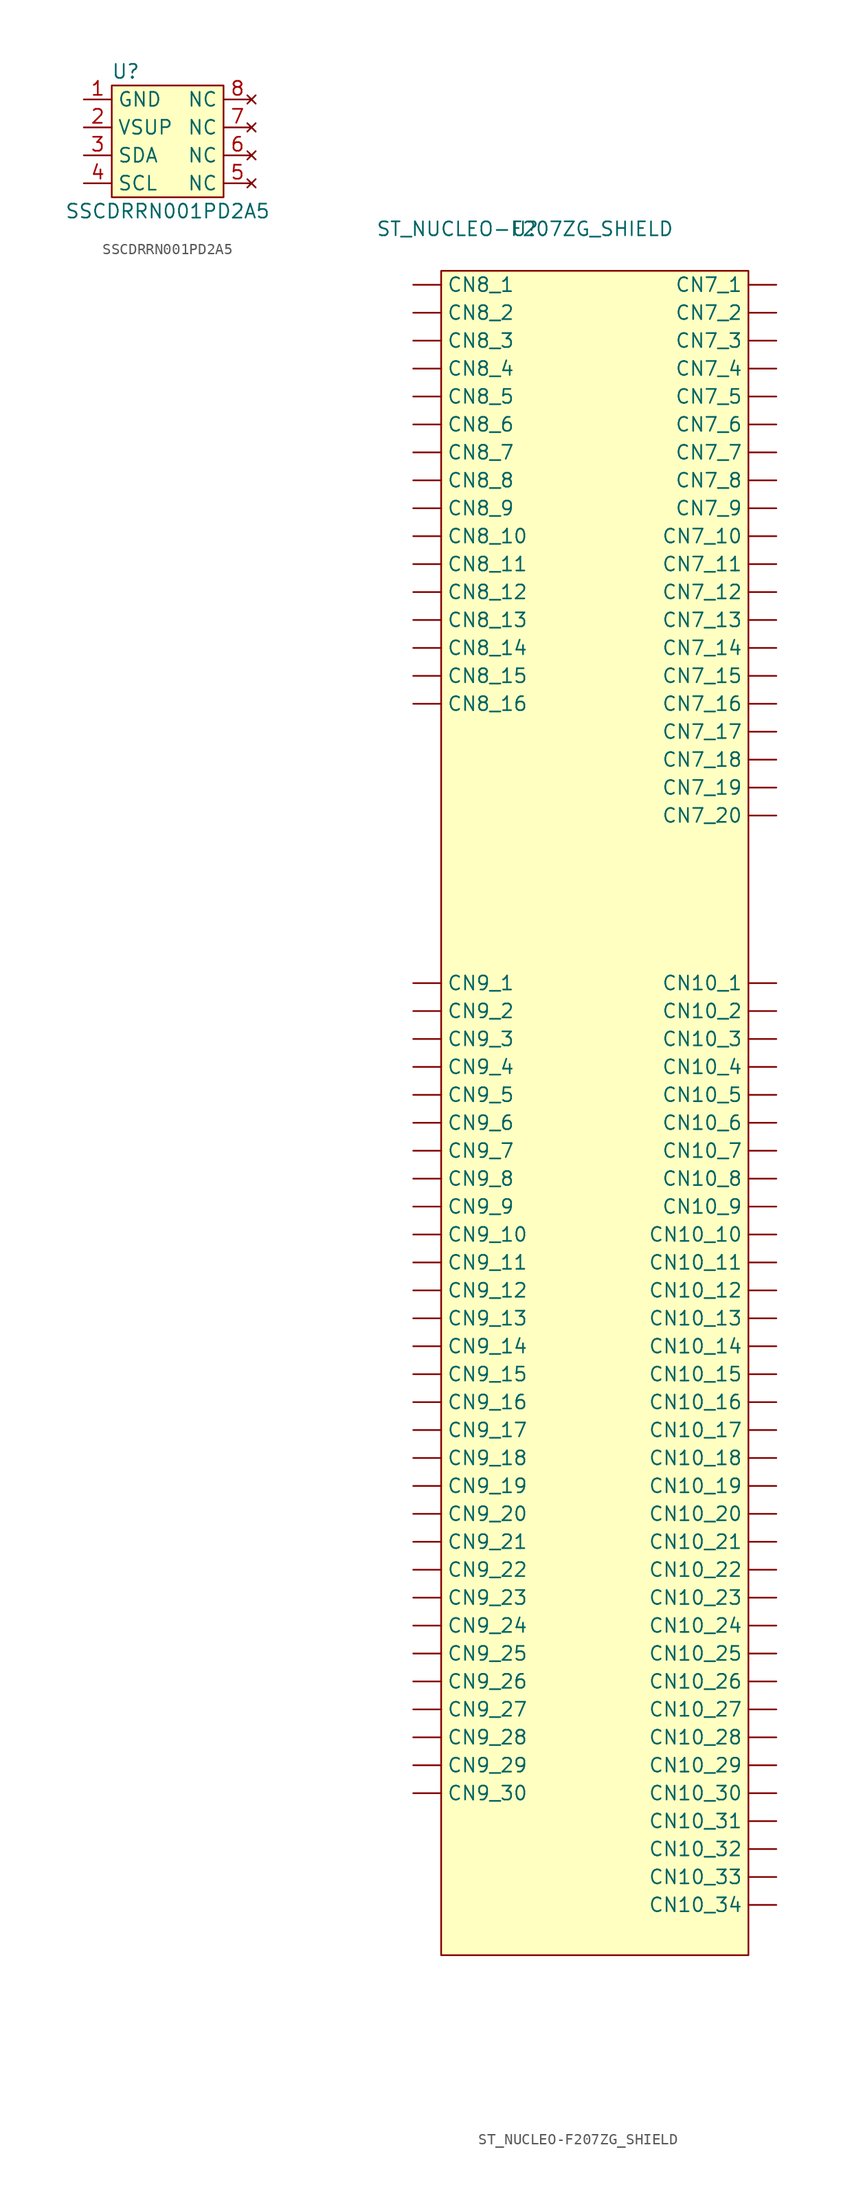
<source format=kicad_sym>
(kicad_symbol_lib
  (version 20231120)
  (generator "kicad_symbol_editor")
  (generator_version "8.0")
  (symbol "SSCDRRN001PD2A5"
    (property "Reference" "U"
      (at -3.81 6.35 0)
      (effects (font (size 1.27 1.27))))
    (property "Value" "SSCDRRN001PD2A5"
      (at 0 -6.35 0)
      (effects (font (size 1.27 1.27))))
    (symbol "SSCDRRN001PD2A5_0_0"
      (pin power_in line (at -7.62 3.81 0) (length 2.54) (name "GND" (effects (font (size 1.27 1.27)))) (number "1" (effects (font (size 1.27 1.27)))))
      (pin power_in line (at -7.62 1.27 0) (length 2.54) (name "VSUP" (effects (font (size 1.27 1.27)))) (number "2" (effects (font (size 1.27 1.27)))))
      (pin bidirectional line (at -7.62 -1.27 0) (length 2.54) (name "SDA" (effects (font (size 1.27 1.27)))) (number "3" (effects (font (size 1.27 1.27)))))
      (pin input line (at -7.62 -3.81 0) (length 2.54) (name "SCL" (effects (font (size 1.27 1.27)))) (number "4" (effects (font (size 1.27 1.27)))))
      (pin no_connect line (at 7.62 -3.81 180) (length 2.54) (name "NC" (effects (font (size 1.27 1.27)))) (number "5" (effects (font (size 1.27 1.27)))))
      (pin no_connect line (at 7.62 -1.27 180) (length 2.54) (name "NC" (effects (font (size 1.27 1.27)))) (number "6" (effects (font (size 1.27 1.27)))))
      (pin no_connect line (at 7.62 1.27 180) (length 2.54) (name "NC" (effects (font (size 1.27 1.27)))) (number "7" (effects (font (size 1.27 1.27)))))
      (pin no_connect line (at 7.62 3.81 180) (length 2.54) (name "NC" (effects (font (size 1.27 1.27)))) (number "8" (effects (font (size 1.27 1.27))))))
    (symbol "SSCDRRN001PD2A5_1_1"
      (rectangle (start -5.08 5.08) (end 5.08 -5.08) (stroke (width 0) (type default)) (fill (type background)))))
  (symbol "ST_NUCLEO-F207ZG_SHIELD"
    (pin_numbers hide)
    (property "Reference" "U"
      (at 0 0 0)
      (effects (font (size 1.27 1.27))))
    (property "Value" "ST_NUCLEO-F207ZG_SHIELD"
      (at 0 0 0)
      (effects (font (size 1.27 1.27))))
    (symbol "ST_NUCLEO-F207ZG_SHIELD_1_0"
      (pin unspecified line (at 22.86 -96.52 180) (length 2.54) (name "CN10_12" (effects (font (size 1.27 1.27)))) (number "CN10_12" (effects (font (size 1.27 1.27)))))
      (pin unspecified line (at 22.86 -99.06 180) (length 2.54) (name "CN10_13" (effects (font (size 1.27 1.27)))) (number "CN10_13" (effects (font (size 1.27 1.27)))))
      (pin unspecified line (at 22.86 -119.38 180) (length 2.54) (name "CN10_21" (effects (font (size 1.27 1.27)))) (number "CN10_21" (effects (font (size 1.27 1.27)))))
      (pin unspecified line (at 22.86 -121.92 180) (length 2.54) (name "CN10_22" (effects (font (size 1.27 1.27)))) (number "CN10_22" (effects (font (size 1.27 1.27)))))
      (pin unspecified line (at -10.16 -96.52 0) (length 2.54) (name "CN9_12" (effects (font (size 1.27 1.27)))) (number "CN9_12" (effects (font (size 1.27 1.27)))))
      (pin unspecified line (at -10.16 -99.06 0) (length 2.54) (name "CN9_13" (effects (font (size 1.27 1.27)))) (number "CN9_13" (effects (font (size 1.27 1.27)))))
      (pin unspecified line (at -10.16 -119.38 0) (length 2.54) (name "CN9_21" (effects (font (size 1.27 1.27)))) (number "CN9_21" (effects (font (size 1.27 1.27)))))
      (pin unspecified line (at -10.16 -121.92 0) (length 2.54) (name "CN9_22" (effects (font (size 1.27 1.27)))) (number "CN9_22" (effects (font (size 1.27 1.27))))))
    (symbol "ST_NUCLEO-F207ZG_SHIELD_1_1"
      (rectangle (start -7.62 -3.81) (end 20.32 -156.972) (stroke (width 0) (type default)) (fill (type background)))
      (pin unspecified line (at 22.86 -68.58 180) (length 2.54) (name "CN10_1" (effects (font (size 1.27 1.27)))) (number "CN10_1" (effects (font (size 1.27 1.27)))))
      (pin unspecified line (at 22.86 -91.44 180) (length 2.54) (name "CN10_10" (effects (font (size 1.27 1.27)))) (number "CN10_10" (effects (font (size 1.27 1.27)))))
      (pin unspecified line (at 22.86 -93.98 180) (length 2.54) (name "CN10_11" (effects (font (size 1.27 1.27)))) (number "CN10_11" (effects (font (size 1.27 1.27)))))
      (pin unspecified line (at 22.86 -101.6 180) (length 2.54) (name "CN10_14" (effects (font (size 1.27 1.27)))) (number "CN10_14" (effects (font (size 1.27 1.27)))))
      (pin unspecified line (at 22.86 -104.14 180) (length 2.54) (name "CN10_15" (effects (font (size 1.27 1.27)))) (number "CN10_15" (effects (font (size 1.27 1.27)))))
      (pin unspecified line (at 22.86 -106.68 180) (length 2.54) (name "CN10_16" (effects (font (size 1.27 1.27)))) (number "CN10_16" (effects (font (size 1.27 1.27)))))
      (pin unspecified line (at 22.86 -109.22 180) (length 2.54) (name "CN10_17" (effects (font (size 1.27 1.27)))) (number "CN10_17" (effects (font (size 1.27 1.27)))))
      (pin unspecified line (at 22.86 -111.76 180) (length 2.54) (name "CN10_18" (effects (font (size 1.27 1.27)))) (number "CN10_18" (effects (font (size 1.27 1.27)))))
      (pin unspecified line (at 22.86 -114.3 180) (length 2.54) (name "CN10_19" (effects (font (size 1.27 1.27)))) (number "CN10_19" (effects (font (size 1.27 1.27)))))
      (pin unspecified line (at 22.86 -71.12 180) (length 2.54) (name "CN10_2" (effects (font (size 1.27 1.27)))) (number "CN10_2" (effects (font (size 1.27 1.27)))))
      (pin unspecified line (at 22.86 -116.84 180) (length 2.54) (name "CN10_20" (effects (font (size 1.27 1.27)))) (number "CN10_20" (effects (font (size 1.27 1.27)))))
      (pin unspecified line (at 22.86 -124.46 180) (length 2.54) (name "CN10_23" (effects (font (size 1.27 1.27)))) (number "CN10_23" (effects (font (size 1.27 1.27)))))
      (pin unspecified line (at 22.86 -127 180) (length 2.54) (name "CN10_24" (effects (font (size 1.27 1.27)))) (number "CN10_24" (effects (font (size 1.27 1.27)))))
      (pin unspecified line (at 22.86 -129.54 180) (length 2.54) (name "CN10_25" (effects (font (size 1.27 1.27)))) (number "CN10_25" (effects (font (size 1.27 1.27)))))
      (pin unspecified line (at 22.86 -132.08 180) (length 2.54) (name "CN10_26" (effects (font (size 1.27 1.27)))) (number "CN10_26" (effects (font (size 1.27 1.27)))))
      (pin unspecified line (at 22.86 -134.62 180) (length 2.54) (name "CN10_27" (effects (font (size 1.27 1.27)))) (number "CN10_27" (effects (font (size 1.27 1.27)))))
      (pin unspecified line (at 22.86 -137.16 180) (length 2.54) (name "CN10_28" (effects (font (size 1.27 1.27)))) (number "CN10_28" (effects (font (size 1.27 1.27)))))
      (pin unspecified line (at 22.86 -139.7 180) (length 2.54) (name "CN10_29" (effects (font (size 1.27 1.27)))) (number "CN10_29" (effects (font (size 1.27 1.27)))))
      (pin unspecified line (at 22.86 -73.66 180) (length 2.54) (name "CN10_3" (effects (font (size 1.27 1.27)))) (number "CN10_3" (effects (font (size 1.27 1.27)))))
      (pin unspecified line (at 22.86 -142.24 180) (length 2.54) (name "CN10_30" (effects (font (size 1.27 1.27)))) (number "CN10_30" (effects (font (size 1.27 1.27)))))
      (pin unspecified line (at 22.86 -144.78 180) (length 2.54) (name "CN10_31" (effects (font (size 1.27 1.27)))) (number "CN10_31" (effects (font (size 1.27 1.27)))))
      (pin unspecified line (at 22.86 -147.32 180) (length 2.54) (name "CN10_32" (effects (font (size 1.27 1.27)))) (number "CN10_32" (effects (font (size 1.27 1.27)))))
      (pin unspecified line (at 22.86 -149.86 180) (length 2.54) (name "CN10_33" (effects (font (size 1.27 1.27)))) (number "CN10_33" (effects (font (size 1.27 1.27)))))
      (pin unspecified line (at 22.86 -152.4 180) (length 2.54) (name "CN10_34" (effects (font (size 1.27 1.27)))) (number "CN10_34" (effects (font (size 1.27 1.27)))))
      (pin unspecified line (at 22.86 -76.2 180) (length 2.54) (name "CN10_4" (effects (font (size 1.27 1.27)))) (number "CN10_4" (effects (font (size 1.27 1.27)))))
      (pin unspecified line (at 22.86 -78.74 180) (length 2.54) (name "CN10_5" (effects (font (size 1.27 1.27)))) (number "CN10_5" (effects (font (size 1.27 1.27)))))
      (pin unspecified line (at 22.86 -81.28 180) (length 2.54) (name "CN10_6" (effects (font (size 1.27 1.27)))) (number "CN10_6" (effects (font (size 1.27 1.27)))))
      (pin unspecified line (at 22.86 -83.82 180) (length 2.54) (name "CN10_7" (effects (font (size 1.27 1.27)))) (number "CN10_7" (effects (font (size 1.27 1.27)))))
      (pin unspecified line (at 22.86 -86.36 180) (length 2.54) (name "CN10_8" (effects (font (size 1.27 1.27)))) (number "CN10_8" (effects (font (size 1.27 1.27)))))
      (pin unspecified line (at 22.86 -88.9 180) (length 2.54) (name "CN10_9" (effects (font (size 1.27 1.27)))) (number "CN10_9" (effects (font (size 1.27 1.27)))))
      (pin unspecified line (at 22.86 -5.08 180) (length 2.54) (name "CN7_1" (effects (font (size 1.27 1.27)))) (number "CN7_1" (effects (font (size 1.27 1.27)))))
      (pin unspecified line (at 22.86 -27.94 180) (length 2.54) (name "CN7_10" (effects (font (size 1.27 1.27)))) (number "CN7_10" (effects (font (size 1.27 1.27)))))
      (pin unspecified line (at 22.86 -30.48 180) (length 2.54) (name "CN7_11" (effects (font (size 1.27 1.27)))) (number "CN7_11" (effects (font (size 1.27 1.27)))))
      (pin unspecified line (at 22.86 -33.02 180) (length 2.54) (name "CN7_12" (effects (font (size 1.27 1.27)))) (number "CN7_12" (effects (font (size 1.27 1.27)))))
      (pin unspecified line (at 22.86 -35.56 180) (length 2.54) (name "CN7_13" (effects (font (size 1.27 1.27)))) (number "CN7_13" (effects (font (size 1.27 1.27)))))
      (pin unspecified line (at 22.86 -38.1 180) (length 2.54) (name "CN7_14" (effects (font (size 1.27 1.27)))) (number "CN7_14" (effects (font (size 1.27 1.27)))))
      (pin unspecified line (at 22.86 -40.64 180) (length 2.54) (name "CN7_15" (effects (font (size 1.27 1.27)))) (number "CN7_15" (effects (font (size 1.27 1.27)))))
      (pin unspecified line (at 22.86 -43.18 180) (length 2.54) (name "CN7_16" (effects (font (size 1.27 1.27)))) (number "CN7_16" (effects (font (size 1.27 1.27)))))
      (pin unspecified line (at 22.86 -45.72 180) (length 2.54) (name "CN7_17" (effects (font (size 1.27 1.27)))) (number "CN7_17" (effects (font (size 1.27 1.27)))))
      (pin unspecified line (at 22.86 -48.26 180) (length 2.54) (name "CN7_18" (effects (font (size 1.27 1.27)))) (number "CN7_18" (effects (font (size 1.27 1.27)))))
      (pin unspecified line (at 22.86 -50.8 180) (length 2.54) (name "CN7_19" (effects (font (size 1.27 1.27)))) (number "CN7_19" (effects (font (size 1.27 1.27)))))
      (pin unspecified line (at 22.86 -7.62 180) (length 2.54) (name "CN7_2" (effects (font (size 1.27 1.27)))) (number "CN7_2" (effects (font (size 1.27 1.27)))))
      (pin unspecified line (at 22.86 -53.34 180) (length 2.54) (name "CN7_20" (effects (font (size 1.27 1.27)))) (number "CN7_20" (effects (font (size 1.27 1.27)))))
      (pin unspecified line (at 22.86 -10.16 180) (length 2.54) (name "CN7_3" (effects (font (size 1.27 1.27)))) (number "CN7_3" (effects (font (size 1.27 1.27)))))
      (pin unspecified line (at 22.86 -12.7 180) (length 2.54) (name "CN7_4" (effects (font (size 1.27 1.27)))) (number "CN7_4" (effects (font (size 1.27 1.27)))))
      (pin unspecified line (at 22.86 -15.24 180) (length 2.54) (name "CN7_5" (effects (font (size 1.27 1.27)))) (number "CN7_5" (effects (font (size 1.27 1.27)))))
      (pin unspecified line (at 22.86 -17.78 180) (length 2.54) (name "CN7_6" (effects (font (size 1.27 1.27)))) (number "CN7_6" (effects (font (size 1.27 1.27)))))
      (pin unspecified line (at 22.86 -20.32 180) (length 2.54) (name "CN7_7" (effects (font (size 1.27 1.27)))) (number "CN7_7" (effects (font (size 1.27 1.27)))))
      (pin unspecified line (at 22.86 -22.86 180) (length 2.54) (name "CN7_8" (effects (font (size 1.27 1.27)))) (number "CN7_8" (effects (font (size 1.27 1.27)))))
      (pin unspecified line (at 22.86 -25.4 180) (length 2.54) (name "CN7_9" (effects (font (size 1.27 1.27)))) (number "CN7_9" (effects (font (size 1.27 1.27)))))
      (pin unspecified line (at -10.16 -5.08 0) (length 2.54) (name "CN8_1" (effects (font (size 1.27 1.27)))) (number "CN8_1" (effects (font (size 1.27 1.27)))))
      (pin unspecified line (at -10.16 -27.94 0) (length 2.54) (name "CN8_10" (effects (font (size 1.27 1.27)))) (number "CN8_10" (effects (font (size 1.27 1.27)))))
      (pin unspecified line (at -10.16 -30.48 0) (length 2.54) (name "CN8_11" (effects (font (size 1.27 1.27)))) (number "CN8_11" (effects (font (size 1.27 1.27)))))
      (pin unspecified line (at -10.16 -33.02 0) (length 2.54) (name "CN8_12" (effects (font (size 1.27 1.27)))) (number "CN8_12" (effects (font (size 1.27 1.27)))))
      (pin unspecified line (at -10.16 -35.56 0) (length 2.54) (name "CN8_13" (effects (font (size 1.27 1.27)))) (number "CN8_13" (effects (font (size 1.27 1.27)))))
      (pin unspecified line (at -10.16 -38.1 0) (length 2.54) (name "CN8_14" (effects (font (size 1.27 1.27)))) (number "CN8_14" (effects (font (size 1.27 1.27)))))
      (pin unspecified line (at -10.16 -40.64 0) (length 2.54) (name "CN8_15" (effects (font (size 1.27 1.27)))) (number "CN8_15" (effects (font (size 1.27 1.27)))))
      (pin unspecified line (at -10.16 -43.18 0) (length 2.54) (name "CN8_16" (effects (font (size 1.27 1.27)))) (number "CN8_16" (effects (font (size 1.27 1.27)))))
      (pin unspecified line (at -10.16 -7.62 0) (length 2.54) (name "CN8_2" (effects (font (size 1.27 1.27)))) (number "CN8_2" (effects (font (size 1.27 1.27)))))
      (pin unspecified line (at -10.16 -10.16 0) (length 2.54) (name "CN8_3" (effects (font (size 1.27 1.27)))) (number "CN8_3" (effects (font (size 1.27 1.27)))))
      (pin unspecified line (at -10.16 -12.7 0) (length 2.54) (name "CN8_4" (effects (font (size 1.27 1.27)))) (number "CN8_4" (effects (font (size 1.27 1.27)))))
      (pin unspecified line (at -10.16 -15.24 0) (length 2.54) (name "CN8_5" (effects (font (size 1.27 1.27)))) (number "CN8_5" (effects (font (size 1.27 1.27)))))
      (pin unspecified line (at -10.16 -17.78 0) (length 2.54) (name "CN8_6" (effects (font (size 1.27 1.27)))) (number "CN8_6" (effects (font (size 1.27 1.27)))))
      (pin unspecified line (at -10.16 -20.32 0) (length 2.54) (name "CN8_7" (effects (font (size 1.27 1.27)))) (number "CN8_7" (effects (font (size 1.27 1.27)))))
      (pin unspecified line (at -10.16 -22.86 0) (length 2.54) (name "CN8_8" (effects (font (size 1.27 1.27)))) (number "CN8_8" (effects (font (size 1.27 1.27)))))
      (pin unspecified line (at -10.16 -25.4 0) (length 2.54) (name "CN8_9" (effects (font (size 1.27 1.27)))) (number "CN8_9" (effects (font (size 1.27 1.27)))))
      (pin unspecified line (at -10.16 -68.58 0) (length 2.54) (name "CN9_1" (effects (font (size 1.27 1.27)))) (number "CN9_1" (effects (font (size 1.27 1.27)))))
      (pin unspecified line (at -10.16 -91.44 0) (length 2.54) (name "CN9_10" (effects (font (size 1.27 1.27)))) (number "CN9_10" (effects (font (size 1.27 1.27)))))
      (pin unspecified line (at -10.16 -93.98 0) (length 2.54) (name "CN9_11" (effects (font (size 1.27 1.27)))) (number "CN9_11" (effects (font (size 1.27 1.27)))))
      (pin unspecified line (at -10.16 -101.6 0) (length 2.54) (name "CN9_14" (effects (font (size 1.27 1.27)))) (number "CN9_14" (effects (font (size 1.27 1.27)))))
      (pin unspecified line (at -10.16 -104.14 0) (length 2.54) (name "CN9_15" (effects (font (size 1.27 1.27)))) (number "CN9_15" (effects (font (size 1.27 1.27)))))
      (pin unspecified line (at -10.16 -106.68 0) (length 2.54) (name "CN9_16" (effects (font (size 1.27 1.27)))) (number "CN9_16" (effects (font (size 1.27 1.27)))))
      (pin unspecified line (at -10.16 -109.22 0) (length 2.54) (name "CN9_17" (effects (font (size 1.27 1.27)))) (number "CN9_17" (effects (font (size 1.27 1.27)))))
      (pin unspecified line (at -10.16 -111.76 0) (length 2.54) (name "CN9_18" (effects (font (size 1.27 1.27)))) (number "CN9_18" (effects (font (size 1.27 1.27)))))
      (pin unspecified line (at -10.16 -114.3 0) (length 2.54) (name "CN9_19" (effects (font (size 1.27 1.27)))) (number "CN9_19" (effects (font (size 1.27 1.27)))))
      (pin unspecified line (at -10.16 -71.12 0) (length 2.54) (name "CN9_2" (effects (font (size 1.27 1.27)))) (number "CN9_2" (effects (font (size 1.27 1.27)))))
      (pin unspecified line (at -10.16 -116.84 0) (length 2.54) (name "CN9_20" (effects (font (size 1.27 1.27)))) (number "CN9_20" (effects (font (size 1.27 1.27)))))
      (pin unspecified line (at -10.16 -124.46 0) (length 2.54) (name "CN9_23" (effects (font (size 1.27 1.27)))) (number "CN9_23" (effects (font (size 1.27 1.27)))))
      (pin unspecified line (at -10.16 -127 0) (length 2.54) (name "CN9_24" (effects (font (size 1.27 1.27)))) (number "CN9_24" (effects (font (size 1.27 1.27)))))
      (pin unspecified line (at -10.16 -129.54 0) (length 2.54) (name "CN9_25" (effects (font (size 1.27 1.27)))) (number "CN9_25" (effects (font (size 1.27 1.27)))))
      (pin unspecified line (at -10.16 -132.08 0) (length 2.54) (name "CN9_26" (effects (font (size 1.27 1.27)))) (number "CN9_26" (effects (font (size 1.27 1.27)))))
      (pin unspecified line (at -10.16 -134.62 0) (length 2.54) (name "CN9_27" (effects (font (size 1.27 1.27)))) (number "CN9_27" (effects (font (size 1.27 1.27)))))
      (pin unspecified line (at -10.16 -137.16 0) (length 2.54) (name "CN9_28" (effects (font (size 1.27 1.27)))) (number "CN9_28" (effects (font (size 1.27 1.27)))))
      (pin unspecified line (at -10.16 -139.7 0) (length 2.54) (name "CN9_29" (effects (font (size 1.27 1.27)))) (number "CN9_29" (effects (font (size 1.27 1.27)))))
      (pin unspecified line (at -10.16 -73.66 0) (length 2.54) (name "CN9_3" (effects (font (size 1.27 1.27)))) (number "CN9_3" (effects (font (size 1.27 1.27)))))
      (pin unspecified line (at -10.16 -142.24 0) (length 2.54) (name "CN9_30" (effects (font (size 1.27 1.27)))) (number "CN9_30" (effects (font (size 1.27 1.27)))))
      (pin unspecified line (at -10.16 -76.2 0) (length 2.54) (name "CN9_4" (effects (font (size 1.27 1.27)))) (number "CN9_4" (effects (font (size 1.27 1.27)))))
      (pin unspecified line (at -10.16 -78.74 0) (length 2.54) (name "CN9_5" (effects (font (size 1.27 1.27)))) (number "CN9_5" (effects (font (size 1.27 1.27)))))
      (pin unspecified line (at -10.16 -81.28 0) (length 2.54) (name "CN9_6" (effects (font (size 1.27 1.27)))) (number "CN9_6" (effects (font (size 1.27 1.27)))))
      (pin unspecified line (at -10.16 -83.82 0) (length 2.54) (name "CN9_7" (effects (font (size 1.27 1.27)))) (number "CN9_7" (effects (font (size 1.27 1.27)))))
      (pin unspecified line (at -10.16 -86.36 0) (length 2.54) (name "CN9_8" (effects (font (size 1.27 1.27)))) (number "CN9_8" (effects (font (size 1.27 1.27)))))
      (pin unspecified line (at -10.16 -88.9 0) (length 2.54) (name "CN9_9" (effects (font (size 1.27 1.27)))) (number "CN9_9" (effects (font (size 1.27 1.27))))))))
</source>
